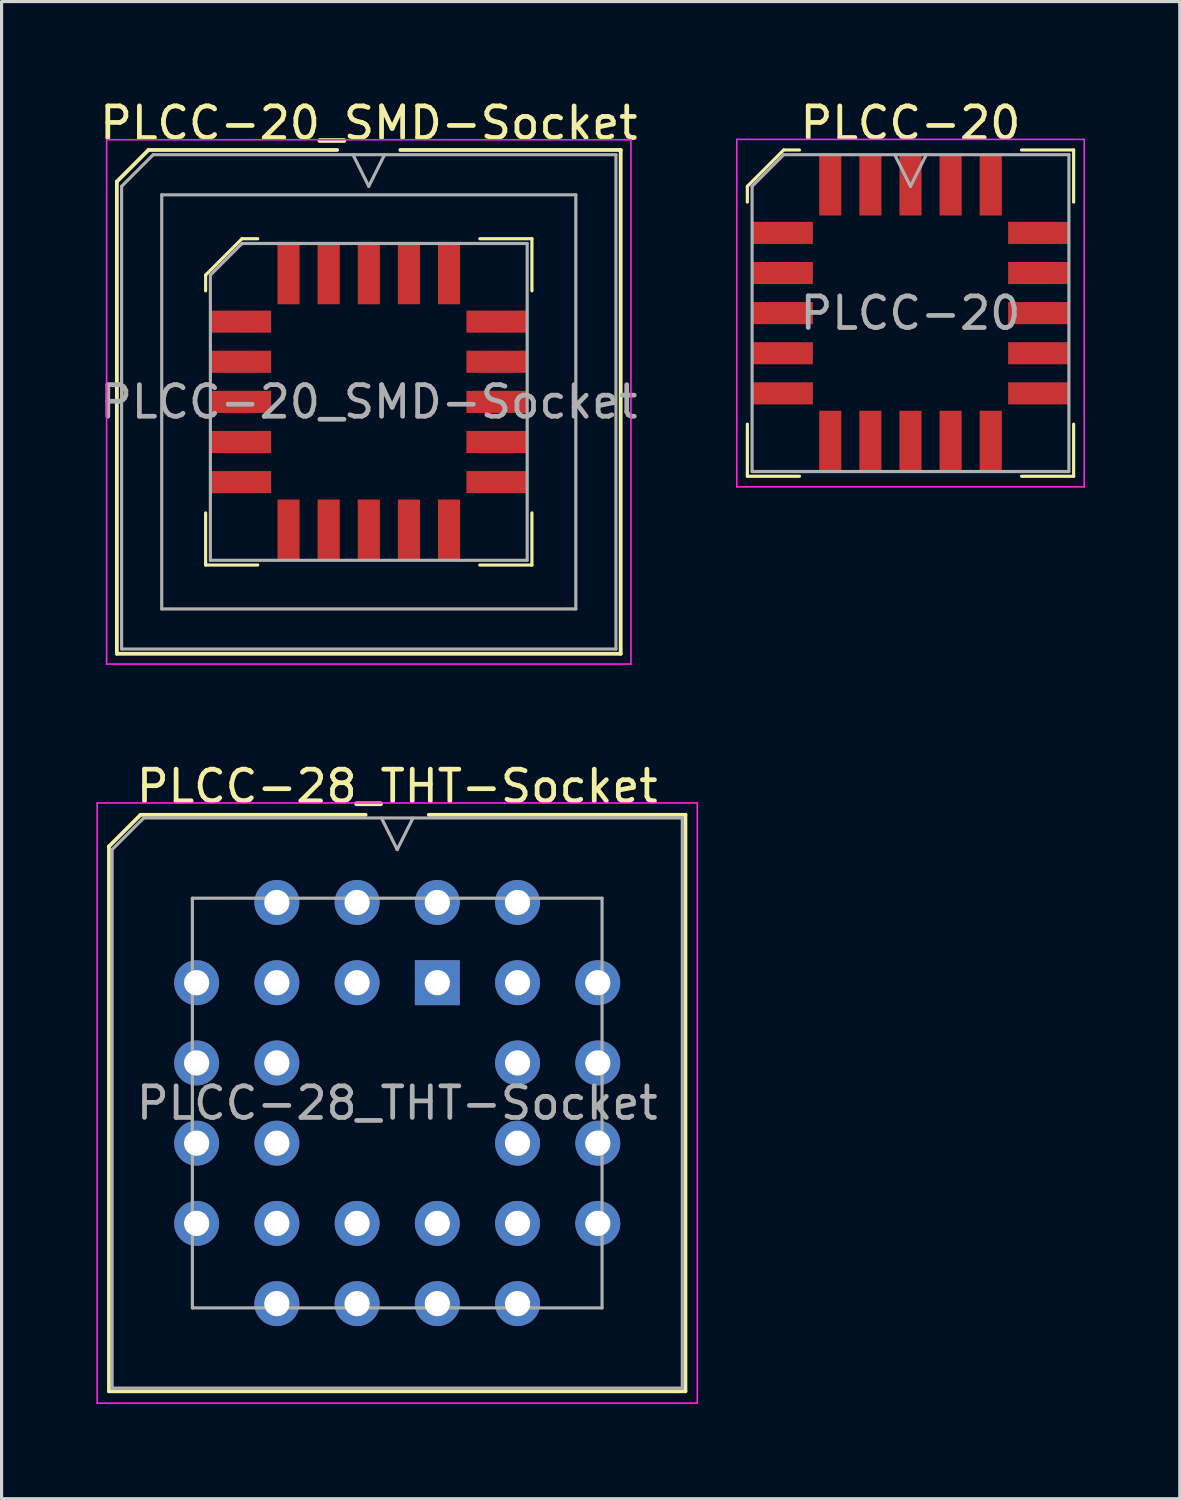
<source format=kicad_pcb>
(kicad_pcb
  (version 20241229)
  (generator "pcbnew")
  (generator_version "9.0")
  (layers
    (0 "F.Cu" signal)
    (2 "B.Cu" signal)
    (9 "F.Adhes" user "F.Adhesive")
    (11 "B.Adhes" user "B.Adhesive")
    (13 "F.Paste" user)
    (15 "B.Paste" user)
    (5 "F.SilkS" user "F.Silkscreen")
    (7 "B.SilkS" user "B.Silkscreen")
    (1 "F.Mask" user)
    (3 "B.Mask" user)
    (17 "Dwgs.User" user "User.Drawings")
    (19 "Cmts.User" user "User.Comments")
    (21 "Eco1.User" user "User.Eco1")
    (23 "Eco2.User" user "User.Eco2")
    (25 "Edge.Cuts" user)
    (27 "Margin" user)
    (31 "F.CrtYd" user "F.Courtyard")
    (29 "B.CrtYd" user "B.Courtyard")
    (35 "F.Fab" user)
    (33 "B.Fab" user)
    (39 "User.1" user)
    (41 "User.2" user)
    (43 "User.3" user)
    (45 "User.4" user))
  (footprint "PLCC-20_SMD-Socket"
    (layer "F.Cu")
    (at 8.625 9.673)
    (property "Reference" "PLCC-20_SMD-Socket" (at 0 -8.825 0) (layer "F.SilkS") (effects (font (size 1 1) (thickness 0.15))))
    (attr smd)
    (fp_line (start -7.975 -6.975) (end -7.975 7.975) (stroke (width 0.12) (type solid)) (layer "F.SilkS"))
    (fp_line (start -7.975 7.975) (end 7.975 7.975) (stroke (width 0.12) (type solid)) (layer "F.SilkS"))
    (fp_line (start -6.975 -7.975) (end -7.975 -6.975) (stroke (width 0.12) (type solid)) (layer "F.SilkS"))
    (fp_line (start -5.165 -4.015) (end -5.165 -3.515) (stroke (width 0.1) (type solid)) (layer "F.SilkS"))
    (fp_line (start -5.165 5.165) (end -5.165 3.515) (stroke (width 0.1) (type solid)) (layer "F.SilkS"))
    (fp_line (start -4.015 -5.165) (end -5.165 -4.015) (stroke (width 0.1) (type solid)) (layer "F.SilkS"))
    (fp_line (start -3.515 -5.165) (end -4.015 -5.165) (stroke (width 0.1) (type solid)) (layer "F.SilkS"))
    (fp_line (start -3.515 5.165) (end -5.165 5.165) (stroke (width 0.1) (type solid)) (layer "F.SilkS"))
    (fp_line (start -1 -7.975) (end -6.975 -7.975) (stroke (width 0.12) (type solid)) (layer "F.SilkS"))
    (fp_line (start 3.515 -5.165) (end 5.165 -5.165) (stroke (width 0.1) (type solid)) (layer "F.SilkS"))
    (fp_line (start 3.515 5.165) (end 5.165 5.165) (stroke (width 0.1) (type solid)) (layer "F.SilkS"))
    (fp_line (start 5.165 -5.165) (end 5.165 -3.515) (stroke (width 0.1) (type solid)) (layer "F.SilkS"))
    (fp_line (start 5.165 5.165) (end 5.165 3.515) (stroke (width 0.1) (type solid)) (layer "F.SilkS"))
    (fp_line (start 7.975 -7.975) (end 1 -7.975) (stroke (width 0.12) (type solid)) (layer "F.SilkS"))
    (fp_line (start 7.975 7.975) (end 7.975 -7.975) (stroke (width 0.12) (type solid)) (layer "F.SilkS"))
    (fp_line (start -8.3 -8.3) (end -8.3 8.3) (stroke (width 0.05) (type solid)) (layer "F.CrtYd"))
    (fp_line (start -8.3 8.3) (end 8.3 8.3) (stroke (width 0.05) (type solid)) (layer "F.CrtYd"))
    (fp_line (start 8.3 -8.3) (end -8.3 -8.3) (stroke (width 0.05) (type solid)) (layer "F.CrtYd"))
    (fp_line (start 8.3 8.3) (end 8.3 -8.3) (stroke (width 0.05) (type solid)) (layer "F.CrtYd"))
    (fp_line (start -7.825 -6.825) (end -7.825 7.825) (stroke (width 0.1) (type solid)) (layer "F.Fab"))
    (fp_line (start -7.825 7.825) (end 7.825 7.825) (stroke (width 0.1) (type solid)) (layer "F.Fab"))
    (fp_line (start -6.825 -7.825) (end -7.825 -6.825) (stroke (width 0.1) (type solid)) (layer "F.Fab"))
    (fp_line (start -6.555 -6.555) (end -6.555 6.555) (stroke (width 0.1) (type solid)) (layer "F.Fab"))
    (fp_line (start -6.555 6.555) (end 6.555 6.555) (stroke (width 0.1) (type solid)) (layer "F.Fab"))
    (fp_line (start -5.015 -4.015) (end -5.015 5.015) (stroke (width 0.1) (type solid)) (layer "F.Fab"))
    (fp_line (start -5.015 5.015) (end 5.015 5.015) (stroke (width 0.1) (type solid)) (layer "F.Fab"))
    (fp_line (start -4.015 -5.015) (end -5.015 -4.015) (stroke (width 0.1) (type solid)) (layer "F.Fab"))
    (fp_line (start -0.5 -7.825) (end 0 -6.825) (stroke (width 0.1) (type solid)) (layer "F.Fab"))
    (fp_line (start 0 -6.825) (end 0.5 -7.825) (stroke (width 0.1) (type solid)) (layer "F.Fab"))
    (fp_line (start 5.015 -5.015) (end -4.015 -5.015) (stroke (width 0.1) (type solid)) (layer "F.Fab"))
    (fp_line (start 5.015 5.015) (end 5.015 -5.015) (stroke (width 0.1) (type solid)) (layer "F.Fab"))
    (fp_line (start 6.555 -6.555) (end -6.555 -6.555) (stroke (width 0.1) (type solid)) (layer "F.Fab"))
    (fp_line (start 6.555 6.555) (end 6.555 -6.555) (stroke (width 0.1) (type solid)) (layer "F.Fab"))
    (fp_line (start 7.825 -7.825) (end -6.825 -7.825) (stroke (width 0.1) (type solid)) (layer "F.Fab"))
    (fp_line (start 7.825 7.825) (end 7.825 -7.825) (stroke (width 0.1) (type solid)) (layer "F.Fab"))
    (fp_text user "${REFERENCE}" (at 0 0 0) (layer "F.Fab") (effects (font (size 1 1) (thickness 0.15))))
    (pad "1" smd rect (at 0 -4.053) (size 0.7 1.925) (layers "F.Cu" "F.Mask" "F.Paste"))
    (pad "2" smd rect (at -1.27 -4.053) (size 0.7 1.925) (layers "F.Cu" "F.Mask" "F.Paste"))
    (pad "3" smd rect (at -2.54 -4.053) (size 0.7 1.925) (layers "F.Cu" "F.Mask" "F.Paste"))
    (pad "4" smd rect (at -4.053 -2.54) (size 1.925 0.7) (layers "F.Cu" "F.Mask" "F.Paste"))
    (pad "5" smd rect (at -4.053 -1.27) (size 1.925 0.7) (layers "F.Cu" "F.Mask" "F.Paste"))
    (pad "6" smd rect (at -4.053 0) (size 1.925 0.7) (layers "F.Cu" "F.Mask" "F.Paste"))
    (pad "7" smd rect (at -4.053 1.27) (size 1.925 0.7) (layers "F.Cu" "F.Mask" "F.Paste"))
    (pad "8" smd rect (at -4.053 2.54) (size 1.925 0.7) (layers "F.Cu" "F.Mask" "F.Paste"))
    (pad "9" smd rect (at -2.54 4.053) (size 0.7 1.925) (layers "F.Cu" "F.Mask" "F.Paste"))
    (pad "10" smd rect (at -1.27 4.053) (size 0.7 1.925) (layers "F.Cu" "F.Mask" "F.Paste"))
    (pad "11" smd rect (at 0 4.053) (size 0.7 1.925) (layers "F.Cu" "F.Mask" "F.Paste"))
    (pad "12" smd rect (at 1.27 4.053) (size 0.7 1.925) (layers "F.Cu" "F.Mask" "F.Paste"))
    (pad "13" smd rect (at 2.54 4.053) (size 0.7 1.925) (layers "F.Cu" "F.Mask" "F.Paste"))
    (pad "14" smd rect (at 4.053 2.54) (size 1.925 0.7) (layers "F.Cu" "F.Mask" "F.Paste"))
    (pad "15" smd rect (at 4.053 1.27) (size 1.925 0.7) (layers "F.Cu" "F.Mask" "F.Paste"))
    (pad "16" smd rect (at 4.053 0) (size 1.925 0.7) (layers "F.Cu" "F.Mask" "F.Paste"))
    (pad "17" smd rect (at 4.053 -1.27) (size 1.925 0.7) (layers "F.Cu" "F.Mask" "F.Paste"))
    (pad "18" smd rect (at 4.053 -2.54) (size 1.925 0.7) (layers "F.Cu" "F.Mask" "F.Paste"))
    (pad "19" smd rect (at 2.54 -4.053) (size 0.7 1.925) (layers "F.Cu" "F.Mask" "F.Paste"))
    (pad "20" smd rect (at 1.27 -4.053) (size 0.7 1.925) (layers "F.Cu" "F.Mask" "F.Paste")))
  (footprint "PLCC-28_THT-Socket"
    (layer "F.Cu")
    (at 10.795 28.061)
    (property "Reference" "PLCC-28_THT-Socket" (at -1.27 -6.215 0) (layer "F.SilkS") (effects (font (size 1 1) (thickness 0.15))))
    (attr through_hole)
    (fp_line (start -10.395 -4.315) (end -10.395 12.935) (stroke (width 0.12) (type solid)) (layer "F.SilkS"))
    (fp_line (start -10.395 12.935) (end 7.855 12.935) (stroke (width 0.12) (type solid)) (layer "F.SilkS"))
    (fp_line (start -9.395 -5.315) (end -10.395 -4.315) (stroke (width 0.12) (type solid)) (layer "F.SilkS"))
    (fp_line (start -2.27 -5.315) (end -9.395 -5.315) (stroke (width 0.12) (type solid)) (layer "F.SilkS"))
    (fp_line (start 7.855 -5.315) (end -0.27 -5.315) (stroke (width 0.12) (type solid)) (layer "F.SilkS"))
    (fp_line (start 7.855 12.935) (end 7.855 -5.315) (stroke (width 0.12) (type solid)) (layer "F.SilkS"))
    (fp_line (start -10.77 -5.69) (end -10.77 13.31) (stroke (width 0.05) (type solid)) (layer "F.CrtYd"))
    (fp_line (start -10.77 13.31) (end 8.23 13.31) (stroke (width 0.05) (type solid)) (layer "F.CrtYd"))
    (fp_line (start 8.23 -5.69) (end -10.77 -5.69) (stroke (width 0.05) (type solid)) (layer "F.CrtYd"))
    (fp_line (start 8.23 13.31) (end 8.23 -5.69) (stroke (width 0.05) (type solid)) (layer "F.CrtYd"))
    (fp_line (start -10.295 -4.215) (end -10.295 12.835) (stroke (width 0.1) (type solid)) (layer "F.Fab"))
    (fp_line (start -10.295 12.835) (end 7.755 12.835) (stroke (width 0.1) (type solid)) (layer "F.Fab"))
    (fp_line (start -9.295 -5.215) (end -10.295 -4.215) (stroke (width 0.1) (type solid)) (layer "F.Fab"))
    (fp_line (start -7.755 -2.675) (end -7.755 10.295) (stroke (width 0.1) (type solid)) (layer "F.Fab"))
    (fp_line (start -7.755 10.295) (end 5.215 10.295) (stroke (width 0.1) (type solid)) (layer "F.Fab"))
    (fp_line (start -1.77 -5.215) (end -1.27 -4.215) (stroke (width 0.1) (type solid)) (layer "F.Fab"))
    (fp_line (start -1.27 -4.215) (end -0.77 -5.215) (stroke (width 0.1) (type solid)) (layer "F.Fab"))
    (fp_line (start 5.215 -2.675) (end -7.755 -2.675) (stroke (width 0.1) (type solid)) (layer "F.Fab"))
    (fp_line (start 5.215 10.295) (end 5.215 -2.675) (stroke (width 0.1) (type solid)) (layer "F.Fab"))
    (fp_line (start 7.755 -5.215) (end -9.295 -5.215) (stroke (width 0.1) (type solid)) (layer "F.Fab"))
    (fp_line (start 7.755 12.835) (end 7.755 -5.215) (stroke (width 0.1) (type solid)) (layer "F.Fab"))
    (fp_text user "${REFERENCE}" (at -1.27 3.81 0) (layer "F.Fab") (effects (font (size 1 1) (thickness 0.15))))
    (pad "1" thru_hole rect (at 0 0) (size 1.422 1.422) (drill 0.8) (layers "*.Cu" "*.Mask"))
    (pad "2" thru_hole circle (at -2.54 -2.54) (size 1.422 1.422) (drill 0.8) (layers "*.Cu" "*.Mask"))
    (pad "3" thru_hole circle (at -2.54 0) (size 1.422 1.422) (drill 0.8) (layers "*.Cu" "*.Mask"))
    (pad "4" thru_hole circle (at -5.08 -2.54) (size 1.422 1.422) (drill 0.8) (layers "*.Cu" "*.Mask"))
    (pad "5" thru_hole circle (at -7.62 0) (size 1.422 1.422) (drill 0.8) (layers "*.Cu" "*.Mask"))
    (pad "6" thru_hole circle (at -5.08 0) (size 1.422 1.422) (drill 0.8) (layers "*.Cu" "*.Mask"))
    (pad "7" thru_hole circle (at -7.62 2.54) (size 1.422 1.422) (drill 0.8) (layers "*.Cu" "*.Mask"))
    (pad "8" thru_hole circle (at -5.08 2.54) (size 1.422 1.422) (drill 0.8) (layers "*.Cu" "*.Mask"))
    (pad "9" thru_hole circle (at -7.62 5.08) (size 1.422 1.422) (drill 0.8) (layers "*.Cu" "*.Mask"))
    (pad "10" thru_hole circle (at -5.08 5.08) (size 1.422 1.422) (drill 0.8) (layers "*.Cu" "*.Mask"))
    (pad "11" thru_hole circle (at -7.62 7.62) (size 1.422 1.422) (drill 0.8) (layers "*.Cu" "*.Mask"))
    (pad "12" thru_hole circle (at -5.08 10.16) (size 1.422 1.422) (drill 0.8) (layers "*.Cu" "*.Mask"))
    (pad "13" thru_hole circle (at -5.08 7.62) (size 1.422 1.422) (drill 0.8) (layers "*.Cu" "*.Mask"))
    (pad "14" thru_hole circle (at -2.54 10.16) (size 1.422 1.422) (drill 0.8) (layers "*.Cu" "*.Mask"))
    (pad "15" thru_hole circle (at -2.54 7.62) (size 1.422 1.422) (drill 0.8) (layers "*.Cu" "*.Mask"))
    (pad "16" thru_hole circle (at 0 10.16) (size 1.422 1.422) (drill 0.8) (layers "*.Cu" "*.Mask"))
    (pad "17" thru_hole circle (at 0 7.62) (size 1.422 1.422) (drill 0.8) (layers "*.Cu" "*.Mask"))
    (pad "18" thru_hole circle (at 2.54 10.16) (size 1.422 1.422) (drill 0.8) (layers "*.Cu" "*.Mask"))
    (pad "19" thru_hole circle (at 5.08 7.62) (size 1.422 1.422) (drill 0.8) (layers "*.Cu" "*.Mask"))
    (pad "20" thru_hole circle (at 2.54 7.62) (size 1.422 1.422) (drill 0.8) (layers "*.Cu" "*.Mask"))
    (pad "21" thru_hole circle (at 5.08 5.08) (size 1.422 1.422) (drill 0.8) (layers "*.Cu" "*.Mask"))
    (pad "22" thru_hole circle (at 2.54 5.08) (size 1.422 1.422) (drill 0.8) (layers "*.Cu" "*.Mask"))
    (pad "23" thru_hole circle (at 5.08 2.54) (size 1.422 1.422) (drill 0.8) (layers "*.Cu" "*.Mask"))
    (pad "24" thru_hole circle (at 2.54 2.54) (size 1.422 1.422) (drill 0.8) (layers "*.Cu" "*.Mask"))
    (pad "25" thru_hole circle (at 5.08 0) (size 1.422 1.422) (drill 0.8) (layers "*.Cu" "*.Mask"))
    (pad "26" thru_hole circle (at 2.54 -2.54) (size 1.422 1.422) (drill 0.8) (layers "*.Cu" "*.Mask"))
    (pad "27" thru_hole circle (at 2.54 0) (size 1.422 1.422) (drill 0.8) (layers "*.Cu" "*.Mask"))
    (pad "28" thru_hole circle (at 0 -2.54) (size 1.422 1.422) (drill 0.8) (layers "*.Cu" "*.Mask")))
  (footprint "PLCC-20"
    (layer "F.Cu")
    (at 25.775 6.863)
    (property "Reference" "PLCC-20" (at 0 -6.015 0) (layer "F.SilkS") (effects (font (size 1 1) (thickness 0.15))))
    (attr smd)
    (fp_line (start -5.165 -4.015) (end -5.165 -3.515) (stroke (width 0.1) (type solid)) (layer "F.SilkS"))
    (fp_line (start -5.165 5.165) (end -5.165 3.515) (stroke (width 0.1) (type solid)) (layer "F.SilkS"))
    (fp_line (start -4.015 -5.165) (end -5.165 -4.015) (stroke (width 0.1) (type solid)) (layer "F.SilkS"))
    (fp_line (start -3.515 -5.165) (end -4.015 -5.165) (stroke (width 0.1) (type solid)) (layer "F.SilkS"))
    (fp_line (start -3.515 5.165) (end -5.165 5.165) (stroke (width 0.1) (type solid)) (layer "F.SilkS"))
    (fp_line (start 3.515 -5.165) (end 5.165 -5.165) (stroke (width 0.1) (type solid)) (layer "F.SilkS"))
    (fp_line (start 3.515 5.165) (end 5.165 5.165) (stroke (width 0.1) (type solid)) (layer "F.SilkS"))
    (fp_line (start 5.165 -5.165) (end 5.165 -3.515) (stroke (width 0.1) (type solid)) (layer "F.SilkS"))
    (fp_line (start 5.165 5.165) (end 5.165 3.515) (stroke (width 0.1) (type solid)) (layer "F.SilkS"))
    (fp_line (start -5.5 -5.5) (end -5.5 5.5) (stroke (width 0.05) (type solid)) (layer "F.CrtYd"))
    (fp_line (start -5.5 5.5) (end 5.5 5.5) (stroke (width 0.05) (type solid)) (layer "F.CrtYd"))
    (fp_line (start 5.5 -5.5) (end -5.5 -5.5) (stroke (width 0.05) (type solid)) (layer "F.CrtYd"))
    (fp_line (start 5.5 5.5) (end 5.5 -5.5) (stroke (width 0.05) (type solid)) (layer "F.CrtYd"))
    (fp_line (start -5.015 -4.015) (end -5.015 5.015) (stroke (width 0.1) (type solid)) (layer "F.Fab"))
    (fp_line (start -5.015 5.015) (end 5.015 5.015) (stroke (width 0.1) (type solid)) (layer "F.Fab"))
    (fp_line (start -4.015 -5.015) (end -5.015 -4.015) (stroke (width 0.1) (type solid)) (layer "F.Fab"))
    (fp_line (start -0.5 -5.015) (end 0 -4.015) (stroke (width 0.1) (type solid)) (layer "F.Fab"))
    (fp_line (start 0 -4.015) (end 0.5 -5.015) (stroke (width 0.1) (type solid)) (layer "F.Fab"))
    (fp_line (start 5.015 -5.015) (end -4.015 -5.015) (stroke (width 0.1) (type solid)) (layer "F.Fab"))
    (fp_line (start 5.015 5.015) (end 5.015 -5.015) (stroke (width 0.1) (type solid)) (layer "F.Fab"))
    (fp_text user "${REFERENCE}" (at 0 0 0) (layer "F.Fab") (effects (font (size 1 1) (thickness 0.15))))
    (pad "1" smd rect (at 0 -4.053) (size 0.7 1.925) (layers "F.Cu" "F.Mask" "F.Paste"))
    (pad "2" smd rect (at -1.27 -4.053) (size 0.7 1.925) (layers "F.Cu" "F.Mask" "F.Paste"))
    (pad "3" smd rect (at -2.54 -4.053) (size 0.7 1.925) (layers "F.Cu" "F.Mask" "F.Paste"))
    (pad "4" smd rect (at -4.053 -2.54) (size 1.925 0.7) (layers "F.Cu" "F.Mask" "F.Paste"))
    (pad "5" smd rect (at -4.053 -1.27) (size 1.925 0.7) (layers "F.Cu" "F.Mask" "F.Paste"))
    (pad "6" smd rect (at -4.053 0) (size 1.925 0.7) (layers "F.Cu" "F.Mask" "F.Paste"))
    (pad "7" smd rect (at -4.053 1.27) (size 1.925 0.7) (layers "F.Cu" "F.Mask" "F.Paste"))
    (pad "8" smd rect (at -4.053 2.54) (size 1.925 0.7) (layers "F.Cu" "F.Mask" "F.Paste"))
    (pad "9" smd rect (at -2.54 4.053) (size 0.7 1.925) (layers "F.Cu" "F.Mask" "F.Paste"))
    (pad "10" smd rect (at -1.27 4.053) (size 0.7 1.925) (layers "F.Cu" "F.Mask" "F.Paste"))
    (pad "11" smd rect (at 0 4.053) (size 0.7 1.925) (layers "F.Cu" "F.Mask" "F.Paste"))
    (pad "12" smd rect (at 1.27 4.053) (size 0.7 1.925) (layers "F.Cu" "F.Mask" "F.Paste"))
    (pad "13" smd rect (at 2.54 4.053) (size 0.7 1.925) (layers "F.Cu" "F.Mask" "F.Paste"))
    (pad "14" smd rect (at 4.053 2.54) (size 1.925 0.7) (layers "F.Cu" "F.Mask" "F.Paste"))
    (pad "15" smd rect (at 4.053 1.27) (size 1.925 0.7) (layers "F.Cu" "F.Mask" "F.Paste"))
    (pad "16" smd rect (at 4.053 0) (size 1.925 0.7) (layers "F.Cu" "F.Mask" "F.Paste"))
    (pad "17" smd rect (at 4.053 -1.27) (size 1.925 0.7) (layers "F.Cu" "F.Mask" "F.Paste"))
    (pad "18" smd rect (at 4.053 -2.54) (size 1.925 0.7) (layers "F.Cu" "F.Mask" "F.Paste"))
    (pad "19" smd rect (at 2.54 -4.053) (size 0.7 1.925) (layers "F.Cu" "F.Mask" "F.Paste"))
    (pad "20" smd rect (at 1.27 -4.053) (size 0.7 1.925) (layers "F.Cu" "F.Mask" "F.Paste")))
  (gr_rect
    (start -3 -3)
    (end 34.3 44.397)
    (stroke (width 0.1) (type default))
    (fill no)
    (layer "Edge.Cuts")))
</source>
